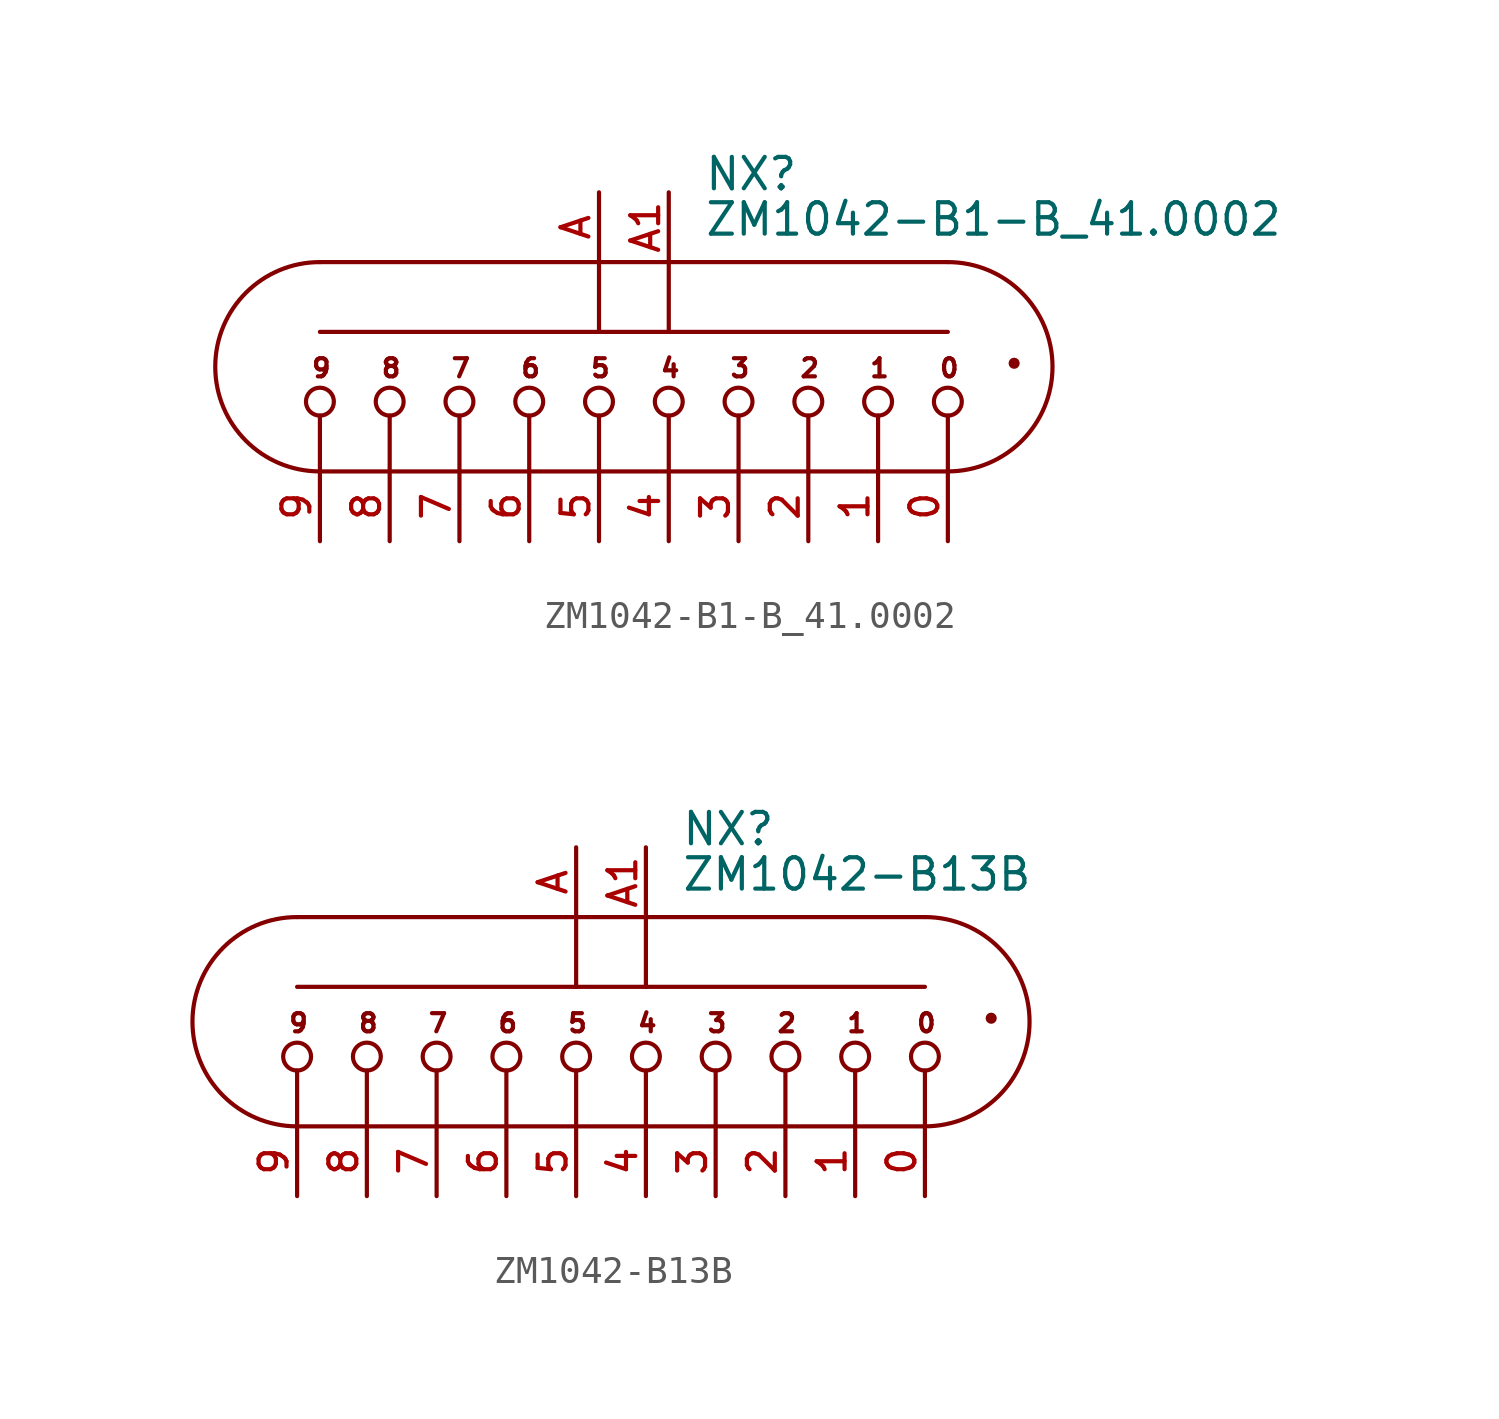
<source format=kicad_sym>
(kicad_symbol_lib
  (version 20241209)
  (generator "kicad_symbol_editor")
  (generator_version "9.0")
  (symbol "ZM1042-B1-B_41.0002"
    (pin_names
      (offset 1.016)
      (hide yes))
    (property "Reference" "NX"
      (at 3.81 5.08 0)
      (effects (font (size 1.143 1.143)) (justify left bottom)))
    (property "Value" "ZM1042-B1-B_41.0002"
      (at 3.81 3.429 0)
      (effects (font (size 1.143 1.143)) (justify left bottom)))
    (property "ki_locked" ""
      (at 0 0 0)
      (effects (font (size 1.27 1.27))))
    (symbol "ZM1042-B1-B_41.0002_1_0"
      (polyline (pts (xy -10.16 2.54) (xy 0 2.54)) (stroke (width 0) (type default)) (fill (type none)))
      (polyline (pts (xy -10.16 0) (xy 0 0)) (stroke (width 0) (type default)) (fill (type none)))
      (polyline (pts (xy -10.16 -5.08) (xy -10.16 -3.048)) (stroke (width 0) (type default)) (fill (type none)))
      (polyline (pts (xy -10.16 -5.08) (xy -7.62 -5.08)) (stroke (width 0) (type default)) (fill (type none)))
      (polyline (pts (xy -7.62 -5.08) (xy -7.62 -3.048)) (stroke (width 0) (type default)) (fill (type none)))
      (polyline (pts (xy -7.62 -5.08) (xy -5.08 -5.08)) (stroke (width 0) (type default)) (fill (type none)))
      (polyline (pts (xy -5.08 -5.08) (xy -5.08 -3.048)) (stroke (width 0) (type default)) (fill (type none)))
      (polyline (pts (xy -5.08 -5.08) (xy -2.54 -5.08)) (stroke (width 0) (type default)) (fill (type none)))
      (polyline (pts (xy -2.54 -5.08) (xy -2.54 -3.048)) (stroke (width 0) (type default)) (fill (type none)))
      (polyline (pts (xy -2.54 -5.08) (xy 0 -5.08)) (stroke (width 0) (type default)) (fill (type none)))
      (polyline (pts (xy 0 2.54) (xy 0 0)) (stroke (width 0) (type default)) (fill (type none)))
      (polyline (pts (xy 0 2.54) (xy 2.54 2.54)) (stroke (width 0) (type default)) (fill (type none)))
      (polyline (pts (xy 0 0) (xy 2.54 0)) (stroke (width 0) (type default)) (fill (type none)))
      (polyline (pts (xy 0 -5.08) (xy 0 -3.048)) (stroke (width 0) (type default)) (fill (type none)))
      (polyline (pts (xy 0 -5.08) (xy 2.54 -5.08)) (stroke (width 0) (type default)) (fill (type none)))
      (polyline (pts (xy 2.54 2.54) (xy 2.54 0)) (stroke (width 0) (type default)) (fill (type none)))
      (polyline (pts (xy 2.54 2.54) (xy 12.7 2.54)) (stroke (width 0) (type default)) (fill (type none)))
      (polyline (pts (xy 2.54 0) (xy 12.7 0)) (stroke (width 0) (type default)) (fill (type none)))
      (polyline (pts (xy 2.54 -5.08) (xy 2.54 -3.048)) (stroke (width 0) (type default)) (fill (type none)))
      (polyline (pts (xy 2.54 -5.08) (xy 5.08 -5.08)) (stroke (width 0) (type default)) (fill (type none)))
      (polyline (pts (xy 5.08 -5.08) (xy 5.08 -3.048)) (stroke (width 0) (type default)) (fill (type none)))
      (polyline (pts (xy 5.08 -5.08) (xy 7.62 -5.08)) (stroke (width 0) (type default)) (fill (type none)))
      (polyline (pts (xy 7.62 -5.08) (xy 7.62 -3.048)) (stroke (width 0) (type default)) (fill (type none)))
      (polyline (pts (xy 7.62 -5.08) (xy 10.16 -5.08)) (stroke (width 0) (type default)) (fill (type none)))
      (polyline (pts (xy 10.16 -5.08) (xy 10.16 -3.048)) (stroke (width 0) (type default)) (fill (type none)))
      (polyline (pts (xy 10.16 -5.08) (xy 12.7 -5.08)) (stroke (width 0) (type default)) (fill (type none)))
      (polyline (pts (xy 12.7 -5.08) (xy 12.7 -3.048)) (stroke (width 0) (type default)) (fill (type none)))
      (text "9" (at -10.109 -1.321 0) (effects (font (size 0.66 0.66))))
      (text "8" (at -7.569 -1.321 0) (effects (font (size 0.66 0.66))))
      (text "7" (at -5.029 -1.321 0) (effects (font (size 0.66 0.66))))
      (text "6" (at -2.489 -1.321 0) (effects (font (size 0.66 0.66))))
      (text "5" (at 0.051 -1.321 0) (effects (font (size 0.66 0.66))))
      (text "4" (at 2.591 -1.321 0) (effects (font (size 0.66 0.66))))
      (text "3" (at 5.131 -1.321 0) (effects (font (size 0.66 0.66))))
      (text "2" (at 7.671 -1.321 0) (effects (font (size 0.66 0.66))))
      (text "1" (at 10.211 -1.321 0) (effects (font (size 0.66 0.66))))
      (text "0" (at 12.751 -1.321 0) (effects (font (size 0.66 0.66)))))
    (symbol "ZM1042-B1-B_41.0002_1_1"
      (circle (center -10.16 -2.54) (radius 0.508) (stroke (width 0) (type default)) (fill (type none)))
      (arc (start -10.16 -5.08) (mid -13.9533 -1.27) (end -10.16 2.54) (stroke (width 0) (type default)) (fill (type none)))
      (circle (center -7.62 -2.54) (radius 0.508) (stroke (width 0) (type default)) (fill (type none)))
      (circle (center -5.08 -2.54) (radius 0.508) (stroke (width 0) (type default)) (fill (type none)))
      (circle (center -2.54 -2.54) (radius 0.508) (stroke (width 0) (type default)) (fill (type none)))
      (circle (center 0 -2.54) (radius 0.508) (stroke (width 0) (type default)) (fill (type none)))
      (circle (center 2.54 -2.54) (radius 0.508) (stroke (width 0) (type default)) (fill (type none)))
      (circle (center 5.08 -2.54) (radius 0.508) (stroke (width 0) (type default)) (fill (type none)))
      (circle (center 7.62 -2.54) (radius 0.508) (stroke (width 0) (type default)) (fill (type none)))
      (circle (center 10.16 -2.54) (radius 0.508) (stroke (width 0) (type default)) (fill (type none)))
      (arc (start 12.7 2.54) (mid 16.4933 -1.27) (end 12.7 -5.08) (stroke (width 0) (type default)) (fill (type none)))
      (circle (center 12.7 -2.54) (radius 0.508) (stroke (width 0) (type default)) (fill (type none)))
      (circle (center 15.113 -1.143) (radius 0.127) (stroke (width 0) (type default)) (fill (type outline)))
      (pin passive line (at -10.16 -7.62 90) (length 2.54) (name "9" (effects (font (size 1.016 1.016)))) (number "9" (effects (font (size 1.016 1.016)))))
      (pin passive line (at -7.62 -7.62 90) (length 2.54) (name "8" (effects (font (size 1.016 1.016)))) (number "8" (effects (font (size 1.016 1.016)))))
      (pin passive line (at -5.08 -7.62 90) (length 2.54) (name "7" (effects (font (size 1.016 1.016)))) (number "7" (effects (font (size 1.016 1.016)))))
      (pin passive line (at -2.54 -7.62 90) (length 2.54) (name "6" (effects (font (size 1.016 1.016)))) (number "6" (effects (font (size 1.016 1.016)))))
      (pin passive line (at 0 5.08 270) (length 2.54) (name "A1" (effects (font (size 1.016 1.016)))) (number "A" (effects (font (size 1.016 1.016)))))
      (pin passive line (at 0 -7.62 90) (length 2.54) (name "5" (effects (font (size 1.016 1.016)))) (number "5" (effects (font (size 1.016 1.016)))))
      (pin passive line (at 2.54 5.08 270) (length 2.54) (name "A2" (effects (font (size 1.016 1.016)))) (number "A1" (effects (font (size 1.016 1.016)))))
      (pin passive line (at 2.54 -7.62 90) (length 2.54) (name "4" (effects (font (size 1.016 1.016)))) (number "4" (effects (font (size 1.016 1.016)))))
      (pin passive line (at 5.08 -7.62 90) (length 2.54) (name "3" (effects (font (size 1.016 1.016)))) (number "3" (effects (font (size 1.016 1.016)))))
      (pin passive line (at 7.62 -7.62 90) (length 2.54) (name "2" (effects (font (size 1.016 1.016)))) (number "2" (effects (font (size 1.016 1.016)))))
      (pin passive line (at 10.16 -7.62 90) (length 2.54) (name "1" (effects (font (size 1.016 1.016)))) (number "1" (effects (font (size 1.016 1.016)))))
      (pin passive line (at 12.7 -7.62 90) (length 2.54) (name "0" (effects (font (size 1.016 1.016)))) (number "0" (effects (font (size 1.016 1.016)))))))
  (symbol "ZM1042-B13B"
    (pin_names
      (offset 1.016)
      (hide yes))
    (property "Reference" "NX"
      (at 3.81 5.08 0)
      (effects (font (size 1.143 1.143)) (justify left bottom)))
    (property "Value" "ZM1042-B13B"
      (at 3.81 3.429 0)
      (effects (font (size 1.143 1.143)) (justify left bottom)))
    (property "ki_locked" ""
      (at 0 0 0)
      (effects (font (size 1.27 1.27))))
    (symbol "ZM1042-B13B_1_0"
      (polyline (pts (xy -10.16 2.54) (xy 0 2.54)) (stroke (width 0) (type default)) (fill (type none)))
      (polyline (pts (xy -10.16 0) (xy 0 0)) (stroke (width 0) (type default)) (fill (type none)))
      (polyline (pts (xy -10.16 -5.08) (xy -10.16 -3.048)) (stroke (width 0) (type default)) (fill (type none)))
      (polyline (pts (xy -10.16 -5.08) (xy -7.62 -5.08)) (stroke (width 0) (type default)) (fill (type none)))
      (polyline (pts (xy -7.62 -5.08) (xy -7.62 -3.048)) (stroke (width 0) (type default)) (fill (type none)))
      (polyline (pts (xy -7.62 -5.08) (xy -5.08 -5.08)) (stroke (width 0) (type default)) (fill (type none)))
      (polyline (pts (xy -5.08 -5.08) (xy -5.08 -3.048)) (stroke (width 0) (type default)) (fill (type none)))
      (polyline (pts (xy -5.08 -5.08) (xy -2.54 -5.08)) (stroke (width 0) (type default)) (fill (type none)))
      (polyline (pts (xy -2.54 -5.08) (xy -2.54 -3.048)) (stroke (width 0) (type default)) (fill (type none)))
      (polyline (pts (xy -2.54 -5.08) (xy 0 -5.08)) (stroke (width 0) (type default)) (fill (type none)))
      (polyline (pts (xy 0 2.54) (xy 0 0)) (stroke (width 0) (type default)) (fill (type none)))
      (polyline (pts (xy 0 2.54) (xy 2.54 2.54)) (stroke (width 0) (type default)) (fill (type none)))
      (polyline (pts (xy 0 0) (xy 2.54 0)) (stroke (width 0) (type default)) (fill (type none)))
      (polyline (pts (xy 0 -5.08) (xy 0 -3.048)) (stroke (width 0) (type default)) (fill (type none)))
      (polyline (pts (xy 0 -5.08) (xy 2.54 -5.08)) (stroke (width 0) (type default)) (fill (type none)))
      (polyline (pts (xy 2.54 2.54) (xy 2.54 0)) (stroke (width 0) (type default)) (fill (type none)))
      (polyline (pts (xy 2.54 2.54) (xy 12.7 2.54)) (stroke (width 0) (type default)) (fill (type none)))
      (polyline (pts (xy 2.54 0) (xy 12.7 0)) (stroke (width 0) (type default)) (fill (type none)))
      (polyline (pts (xy 2.54 -5.08) (xy 2.54 -3.048)) (stroke (width 0) (type default)) (fill (type none)))
      (polyline (pts (xy 2.54 -5.08) (xy 5.08 -5.08)) (stroke (width 0) (type default)) (fill (type none)))
      (polyline (pts (xy 5.08 -5.08) (xy 5.08 -3.048)) (stroke (width 0) (type default)) (fill (type none)))
      (polyline (pts (xy 5.08 -5.08) (xy 7.62 -5.08)) (stroke (width 0) (type default)) (fill (type none)))
      (polyline (pts (xy 7.62 -5.08) (xy 7.62 -3.048)) (stroke (width 0) (type default)) (fill (type none)))
      (polyline (pts (xy 7.62 -5.08) (xy 10.16 -5.08)) (stroke (width 0) (type default)) (fill (type none)))
      (polyline (pts (xy 10.16 -5.08) (xy 10.16 -3.048)) (stroke (width 0) (type default)) (fill (type none)))
      (polyline (pts (xy 10.16 -5.08) (xy 12.7 -5.08)) (stroke (width 0) (type default)) (fill (type none)))
      (polyline (pts (xy 12.7 -5.08) (xy 12.7 -3.048)) (stroke (width 0) (type default)) (fill (type none)))
      (text "9" (at -10.109 -1.321 0) (effects (font (size 0.66 0.66))))
      (text "8" (at -7.569 -1.321 0) (effects (font (size 0.66 0.66))))
      (text "7" (at -5.029 -1.321 0) (effects (font (size 0.66 0.66))))
      (text "6" (at -2.489 -1.321 0) (effects (font (size 0.66 0.66))))
      (text "5" (at 0.051 -1.321 0) (effects (font (size 0.66 0.66))))
      (text "4" (at 2.591 -1.321 0) (effects (font (size 0.66 0.66))))
      (text "3" (at 5.131 -1.321 0) (effects (font (size 0.66 0.66))))
      (text "2" (at 7.671 -1.321 0) (effects (font (size 0.66 0.66))))
      (text "1" (at 10.211 -1.321 0) (effects (font (size 0.66 0.66))))
      (text "0" (at 12.751 -1.321 0) (effects (font (size 0.66 0.66)))))
    (symbol "ZM1042-B13B_1_1"
      (circle (center -10.16 -2.54) (radius 0.508) (stroke (width 0) (type default)) (fill (type none)))
      (arc (start -10.16 -5.08) (mid -13.9533 -1.27) (end -10.16 2.54) (stroke (width 0) (type default)) (fill (type none)))
      (circle (center -7.62 -2.54) (radius 0.508) (stroke (width 0) (type default)) (fill (type none)))
      (circle (center -5.08 -2.54) (radius 0.508) (stroke (width 0) (type default)) (fill (type none)))
      (circle (center -2.54 -2.54) (radius 0.508) (stroke (width 0) (type default)) (fill (type none)))
      (circle (center 0 -2.54) (radius 0.508) (stroke (width 0) (type default)) (fill (type none)))
      (circle (center 2.54 -2.54) (radius 0.508) (stroke (width 0) (type default)) (fill (type none)))
      (circle (center 5.08 -2.54) (radius 0.508) (stroke (width 0) (type default)) (fill (type none)))
      (circle (center 7.62 -2.54) (radius 0.508) (stroke (width 0) (type default)) (fill (type none)))
      (circle (center 10.16 -2.54) (radius 0.508) (stroke (width 0) (type default)) (fill (type none)))
      (arc (start 12.7 2.54) (mid 16.4933 -1.27) (end 12.7 -5.08) (stroke (width 0) (type default)) (fill (type none)))
      (circle (center 12.7 -2.54) (radius 0.508) (stroke (width 0) (type default)) (fill (type none)))
      (circle (center 15.113 -1.143) (radius 0.127) (stroke (width 0) (type default)) (fill (type outline)))
      (pin passive line (at -10.16 -7.62 90) (length 2.54) (name "9" (effects (font (size 1.016 1.016)))) (number "9" (effects (font (size 1.016 1.016)))))
      (pin passive line (at -7.62 -7.62 90) (length 2.54) (name "8" (effects (font (size 1.016 1.016)))) (number "8" (effects (font (size 1.016 1.016)))))
      (pin passive line (at -5.08 -7.62 90) (length 2.54) (name "7" (effects (font (size 1.016 1.016)))) (number "7" (effects (font (size 1.016 1.016)))))
      (pin passive line (at -2.54 -7.62 90) (length 2.54) (name "6" (effects (font (size 1.016 1.016)))) (number "6" (effects (font (size 1.016 1.016)))))
      (pin passive line (at 0 5.08 270) (length 2.54) (name "A1" (effects (font (size 1.016 1.016)))) (number "A" (effects (font (size 1.016 1.016)))))
      (pin passive line (at 0 -7.62 90) (length 2.54) (name "5" (effects (font (size 1.016 1.016)))) (number "5" (effects (font (size 1.016 1.016)))))
      (pin passive line (at 2.54 5.08 270) (length 2.54) (name "A2" (effects (font (size 1.016 1.016)))) (number "A1" (effects (font (size 1.016 1.016)))))
      (pin passive line (at 2.54 -7.62 90) (length 2.54) (name "4" (effects (font (size 1.016 1.016)))) (number "4" (effects (font (size 1.016 1.016)))))
      (pin passive line (at 5.08 -7.62 90) (length 2.54) (name "3" (effects (font (size 1.016 1.016)))) (number "3" (effects (font (size 1.016 1.016)))))
      (pin passive line (at 7.62 -7.62 90) (length 2.54) (name "2" (effects (font (size 1.016 1.016)))) (number "2" (effects (font (size 1.016 1.016)))))
      (pin passive line (at 10.16 -7.62 90) (length 2.54) (name "1" (effects (font (size 1.016 1.016)))) (number "1" (effects (font (size 1.016 1.016)))))
      (pin passive line (at 12.7 -7.62 90) (length 2.54) (name "0" (effects (font (size 1.016 1.016)))) (number "0" (effects (font (size 1.016 1.016))))))))
</source>
